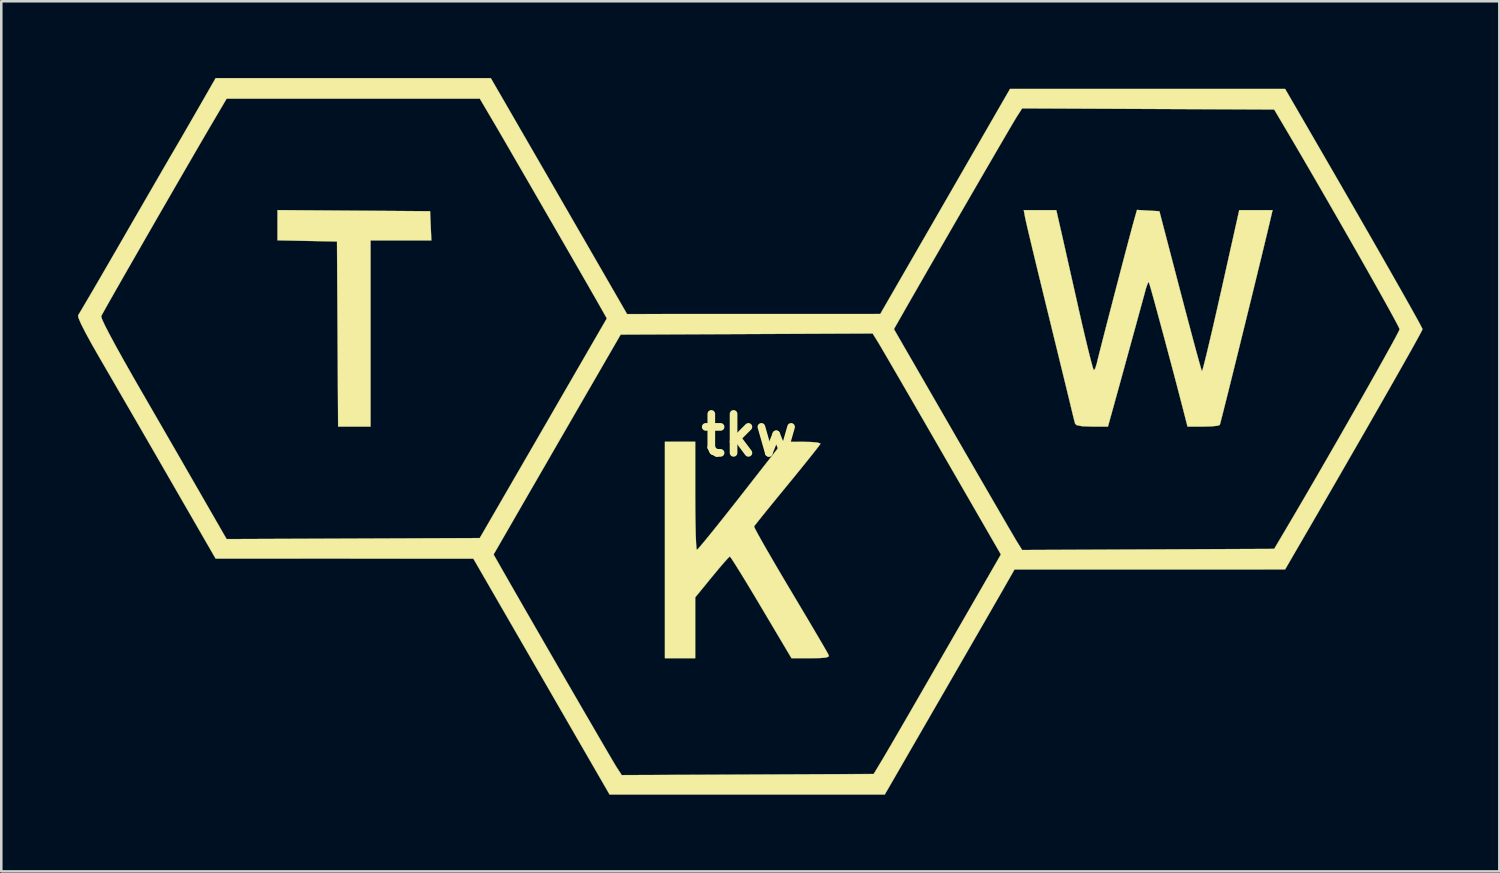
<source format=kicad_pcb>
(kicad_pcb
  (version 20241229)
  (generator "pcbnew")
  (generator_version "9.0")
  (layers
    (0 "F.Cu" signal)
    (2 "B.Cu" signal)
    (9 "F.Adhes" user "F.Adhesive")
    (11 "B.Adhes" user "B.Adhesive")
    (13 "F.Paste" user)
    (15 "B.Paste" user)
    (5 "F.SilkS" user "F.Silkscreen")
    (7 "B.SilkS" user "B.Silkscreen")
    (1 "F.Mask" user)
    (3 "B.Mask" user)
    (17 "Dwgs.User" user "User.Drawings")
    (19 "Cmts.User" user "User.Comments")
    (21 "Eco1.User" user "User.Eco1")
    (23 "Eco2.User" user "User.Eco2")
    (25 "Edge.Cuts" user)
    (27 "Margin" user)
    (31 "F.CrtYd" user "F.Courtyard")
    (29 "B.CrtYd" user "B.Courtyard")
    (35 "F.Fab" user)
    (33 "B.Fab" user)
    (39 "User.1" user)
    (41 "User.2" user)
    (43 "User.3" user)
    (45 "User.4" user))
  (footprint "tkw"
    (layer "F.Cu")
    (at 26.261 13.975)
    (property "Reference" "tkw" (at 0 0 0) (layer "F.SilkS") (effects (font (size 1.524 1.524) (thickness 0.3))))
    (attr through_hole)
    (fp_poly (pts (xy -15.473 -8.785) (xy -12.488 -8.763) (xy -12.438 -7.62) (xy -14.817 -7.62) (xy -14.817 -0.339) (xy -16.085 -0.339) (xy -16.107 -3.958) (xy -16.129 -7.578) (xy -18.457 -7.625) (xy -18.457 -8.807) (xy -15.473 -8.785)) (stroke (width 0.01) (type solid)) (fill yes) (layer "F.SilkS"))
    (fp_poly (pts (xy -2.117 2.371) (xy -2.114 2.949) (xy -2.107 3.467) (xy -2.097 3.902) (xy -2.083 4.231) (xy -2.067 4.432) (xy -2.053 4.485) (xy -1.987 4.421) (xy -1.831 4.238) (xy -1.596 3.953) (xy -1.297 3.583) (xy -0.946 3.143) (xy -0.555 2.648) (xy -0.339 2.372) (xy 1.312 0.26) (xy 2.06 0.257) (xy 2.413 0.264) (xy 2.66 0.286) (xy 2.776 0.321) (xy 2.78 0.335) (xy 2.72 0.421) (xy 2.568 0.618) (xy 2.338 0.907) (xy 2.047 1.268) (xy 1.709 1.684) (xy 1.482 1.961) (xy 1.123 2.399) (xy 0.801 2.794) (xy 0.531 3.127) (xy 0.329 3.38) (xy 0.21 3.532) (xy 0.185 3.569) (xy 0.221 3.654) (xy 0.334 3.866) (xy 0.514 4.189) (xy 0.753 4.605) (xy 1.039 5.097) (xy 1.363 5.647) (xy 1.611 6.063) (xy 1.959 6.647) (xy 2.28 7.187) (xy 2.563 7.666) (xy 2.798 8.065) (xy 2.974 8.368) (xy 3.08 8.555) (xy 3.107 8.608) (xy 3.094 8.663) (xy 2.985 8.698) (xy 2.756 8.716) (xy 2.4 8.721) (xy 1.649 8.721) (xy 0.468 6.731) (xy 0.157 6.209) (xy -0.127 5.739) (xy -0.373 5.338) (xy -0.568 5.026) (xy -0.701 4.821) (xy -0.76 4.742) (xy -0.761 4.741) (xy -0.83 4.803) (xy -0.983 4.972) (xy -1.197 5.221) (xy -1.451 5.527) (xy -1.463 5.542) (xy -2.117 6.342) (xy -2.117 8.721) (xy -3.302 8.721) (xy -3.302 0.254) (xy -2.117 0.254) (xy -2.117 2.371)) (stroke (width 0.01) (type solid)) (fill yes) (layer "F.SilkS"))
    (fp_poly (pts (xy 15.601 -8.788) (xy 16.04 -8.763) (xy 16.852 -5.653) (xy 17.035 -4.955) (xy 17.206 -4.31) (xy 17.359 -3.735) (xy 17.49 -3.25) (xy 17.595 -2.871) (xy 17.667 -2.617) (xy 17.702 -2.506) (xy 17.704 -2.503) (xy 17.731 -2.574) (xy 17.79 -2.792) (xy 17.877 -3.141) (xy 17.987 -3.602) (xy 18.118 -4.158) (xy 18.263 -4.792) (xy 18.42 -5.486) (xy 18.454 -5.634) (xy 19.163 -8.805) (xy 20.467 -8.805) (xy 20.363 -8.361) (xy 20.275 -7.99) (xy 20.16 -7.513) (xy 20.024 -6.95) (xy 19.87 -6.32) (xy 19.705 -5.641) (xy 19.531 -4.933) (xy 19.355 -4.216) (xy 19.18 -3.507) (xy 19.012 -2.826) (xy 18.855 -2.193) (xy 18.714 -1.626) (xy 18.593 -1.145) (xy 18.498 -0.768) (xy 18.433 -0.515) (xy 18.402 -0.405) (xy 18.401 -0.402) (xy 18.304 -0.371) (xy 18.083 -0.348) (xy 17.784 -0.339) (xy 17.751 -0.339) (xy 17.14 -0.339) (xy 16.983 -0.953) (xy 16.855 -1.446) (xy 16.711 -1.999) (xy 16.555 -2.59) (xy 16.393 -3.196) (xy 16.233 -3.796) (xy 16.079 -4.366) (xy 15.939 -4.884) (xy 15.817 -5.329) (xy 15.72 -5.677) (xy 15.653 -5.906) (xy 15.624 -5.994) (xy 15.624 -5.994) (xy 15.584 -5.942) (xy 15.523 -5.772) (xy 15.491 -5.66) (xy 15.441 -5.474) (xy 15.353 -5.153) (xy 15.236 -4.725) (xy 15.097 -4.217) (xy 14.943 -3.658) (xy 14.783 -3.076) (xy 14.625 -2.499) (xy 14.475 -1.955) (xy 14.341 -1.471) (xy 14.232 -1.076) (xy 14.174 -0.868) (xy 14.027 -0.339) (xy 13.403 -0.339) (xy 13.026 -0.352) (xy 12.809 -0.393) (xy 12.746 -0.445) (xy 12.71 -0.577) (xy 12.649 -0.821) (xy 12.582 -1.101) (xy 12.533 -1.306) (xy 12.448 -1.654) (xy 12.334 -2.123) (xy 12.195 -2.691) (xy 12.037 -3.338) (xy 11.865 -4.041) (xy 11.685 -4.778) (xy 11.652 -4.911) (xy 11.474 -5.64) (xy 11.306 -6.329) (xy 11.154 -6.957) (xy 11.023 -7.504) (xy 10.916 -7.952) (xy 10.84 -8.279) (xy 10.798 -8.466) (xy 10.793 -8.488) (xy 10.734 -8.805) (xy 12.007 -8.805) (xy 12.176 -8.065) (xy 12.24 -7.784) (xy 12.334 -7.369) (xy 12.451 -6.848) (xy 12.585 -6.252) (xy 12.73 -5.61) (xy 12.878 -4.953) (xy 12.882 -4.932) (xy 13.021 -4.322) (xy 13.151 -3.77) (xy 13.266 -3.295) (xy 13.361 -2.919) (xy 13.431 -2.662) (xy 13.472 -2.545) (xy 13.476 -2.54) (xy 13.53 -2.613) (xy 13.587 -2.792) (xy 13.592 -2.815) (xy 13.628 -2.966) (xy 13.701 -3.256) (xy 13.804 -3.66) (xy 13.93 -4.152) (xy 14.074 -4.708) (xy 14.228 -5.302) (xy 14.386 -5.909) (xy 14.542 -6.506) (xy 14.689 -7.065) (xy 14.821 -7.563) (xy 14.93 -7.974) (xy 15.011 -8.273) (xy 15.036 -8.365) (xy 15.163 -8.814) (xy 15.601 -8.788)) (stroke (width 0.01) (type solid)) (fill yes) (layer "F.SilkS"))
    (fp_poly (pts (xy -9.22 -12.425) (xy -8.973 -11.996) (xy -8.656 -11.448) (xy -8.286 -10.808) (xy -7.878 -10.103) (xy -7.45 -9.36) (xy -7.015 -8.607) (xy -6.59 -7.87) (xy -6.555 -7.811) (xy -4.784 -4.741) (xy 5.122 -4.744) (xy 7.66 -9.145) (xy 10.197 -13.547) (xy 15.577 -13.547) (xy 20.957 -13.547) (xy 21.387 -12.806) (xy 21.999 -11.751) (xy 22.593 -10.725) (xy 23.165 -9.736) (xy 23.707 -8.795) (xy 24.214 -7.912) (xy 24.681 -7.097) (xy 25.101 -6.361) (xy 25.469 -5.713) (xy 25.78 -5.163) (xy 26.027 -4.721) (xy 26.205 -4.399) (xy 26.307 -4.204) (xy 26.331 -4.149) (xy 26.29 -4.059) (xy 26.169 -3.833) (xy 25.974 -3.48) (xy 25.711 -3.012) (xy 25.386 -2.438) (xy 25.005 -1.767) (xy 24.573 -1.011) (xy 24.096 -0.179) (xy 23.579 0.719) (xy 23.03 1.672) (xy 22.453 2.671) (xy 21.854 3.705) (xy 21.387 4.508) (xy 20.957 5.249) (xy 10.372 5.251) (xy 9.901 6.076) (xy 9.762 6.318) (xy 9.549 6.688) (xy 9.273 7.168) (xy 8.944 7.737) (xy 8.574 8.379) (xy 8.173 9.074) (xy 7.753 9.803) (xy 7.363 10.477) (xy 5.297 14.055) (xy -5.466 14.055) (xy -8.13 9.441) (xy -10.795 4.827) (xy -20.876 4.826) (xy -20.969 4.665) (xy -10.004 4.665) (xy -9.633 5.317) (xy -9.376 5.766) (xy -9.072 6.297) (xy -8.729 6.893) (xy -8.357 7.538) (xy -7.967 8.215) (xy -7.568 8.906) (xy -7.17 9.594) (xy -6.782 10.263) (xy -6.415 10.896) (xy -6.078 11.476) (xy -5.781 11.986) (xy -5.534 12.409) (xy -5.347 12.728) (xy -5.229 12.926) (xy -5.198 12.976) (xy -4.992 13.294) (xy -0.064 13.272) (xy 4.864 13.25) (xy 5.17 12.742) (xy 5.297 12.529) (xy 5.493 12.195) (xy 5.742 11.767) (xy 6.03 11.271) (xy 6.341 10.734) (xy 6.599 10.287) (xy 6.981 9.625) (xy 7.409 8.882) (xy 7.854 8.11) (xy 8.285 7.363) (xy 8.671 6.693) (xy 8.781 6.502) (xy 9.84 4.664) (xy 7.53 0.66) (xy 7.089 -0.104) (xy 6.669 -0.831) (xy 6.277 -1.508) (xy 5.923 -2.119) (xy 5.615 -2.649) (xy 5.361 -3.085) (xy 5.171 -3.411) (xy 5.052 -3.613) (xy 5.021 -3.663) (xy 4.823 -3.981) (xy -5.034 -3.937) (xy -6.433 -1.518) (xy -6.838 -0.818) (xy -7.276 -0.06) (xy -7.724 0.716) (xy -8.159 1.469) (xy -8.558 2.159) (xy -8.897 2.746) (xy -8.918 2.783) (xy -10.004 4.665) (xy -20.969 4.665) (xy -22.646 1.757) (xy -23.072 1.018) (xy -23.513 0.254) (xy -23.952 -0.505) (xy -24.373 -1.231) (xy -24.759 -1.897) (xy -25.093 -2.474) (xy -25.361 -2.934) (xy -25.373 -2.955) (xy -25.705 -3.534) (xy -25.963 -4.006) (xy -26.144 -4.363) (xy -26.243 -4.595) (xy -26.251 -4.656) (xy -25.354 -4.656) (xy -25.325 -4.55) (xy -25.216 -4.313) (xy -25.033 -3.956) (xy -24.784 -3.493) (xy -24.476 -2.938) (xy -24.115 -2.302) (xy -23.911 -1.946) (xy -23.506 -1.245) (xy -23.077 -0.503) (xy -22.645 0.245) (xy -22.23 0.964) (xy -21.853 1.62) (xy -21.532 2.176) (xy -21.433 2.349) (xy -20.447 4.062) (xy -10.545 4.022) (xy -9.393 2.032) (xy -9.031 1.406) (xy -8.609 0.678) (xy -8.155 -0.107) (xy -7.694 -0.904) (xy -7.253 -1.668) (xy -6.908 -2.264) (xy -5.817 -4.151) (xy 5.656 -4.151) (xy 7.965 -0.15) (xy 8.406 0.614) (xy 8.826 1.341) (xy 9.218 2.017) (xy 9.572 2.628) (xy 9.88 3.159) (xy 10.133 3.594) (xy 10.324 3.92) (xy 10.442 4.121) (xy 10.473 4.171) (xy 10.671 4.489) (xy 15.601 4.467) (xy 20.53 4.445) (xy 21.006 3.641) (xy 21.379 3.008) (xy 21.777 2.327) (xy 22.192 1.613) (xy 22.615 0.88) (xy 23.039 0.144) (xy 23.453 -0.58) (xy 23.851 -1.277) (xy 24.223 -1.933) (xy 24.561 -2.532) (xy 24.855 -3.059) (xy 25.099 -3.499) (xy 25.283 -3.837) (xy 25.398 -4.059) (xy 25.436 -4.148) (xy 25.395 -4.242) (xy 25.277 -4.468) (xy 25.091 -4.81) (xy 24.846 -5.254) (xy 24.549 -5.784) (xy 24.21 -6.386) (xy 23.837 -7.044) (xy 23.438 -7.743) (xy 23.022 -8.469) (xy 22.598 -9.206) (xy 22.174 -9.94) (xy 21.758 -10.655) (xy 21.36 -11.337) (xy 21.006 -11.938) (xy 20.53 -12.742) (xy 15.601 -12.764) (xy 10.671 -12.786) (xy 10.466 -12.468) (xy 10.389 -12.341) (xy 10.237 -12.084) (xy 10.02 -11.714) (xy 9.749 -11.249) (xy 9.432 -10.704) (xy 9.079 -10.097) (xy 8.701 -9.445) (xy 8.307 -8.764) (xy 7.907 -8.072) (xy 7.511 -7.386) (xy 7.128 -6.722) (xy 6.769 -6.098) (xy 6.443 -5.53) (xy 6.159 -5.035) (xy 6.029 -4.806) (xy 5.656 -4.151) (xy -5.817 -4.151) (xy -5.574 -4.57) (xy -5.85 -5.058) (xy -5.992 -5.308) (xy -6.207 -5.683) (xy -6.483 -6.163) (xy -6.807 -6.726) (xy -7.168 -7.353) (xy -7.554 -8.021) (xy -7.952 -8.71) (xy -8.35 -9.4) (xy -8.736 -10.068) (xy -9.099 -10.694) (xy -9.425 -11.258) (xy -9.704 -11.738) (xy -9.922 -12.113) (xy -10.068 -12.361) (xy -10.542 -13.166) (xy -20.446 -13.166) (xy -20.921 -12.361) (xy -21.127 -12.011) (xy -21.387 -11.566) (xy -21.691 -11.043) (xy -22.03 -10.458) (xy -22.395 -9.828) (xy -22.775 -9.17) (xy -23.162 -8.499) (xy -23.545 -7.833) (xy -23.915 -7.188) (xy -24.264 -6.581) (xy -24.58 -6.028) (xy -24.855 -5.546) (xy -25.079 -5.152) (xy -25.242 -4.861) (xy -25.336 -4.692) (xy -25.354 -4.656) (xy -26.251 -4.656) (xy -26.256 -4.691) (xy -26.199 -4.782) (xy -26.067 -5.005) (xy -25.869 -5.341) (xy -25.614 -5.776) (xy -25.313 -6.294) (xy -24.975 -6.877) (xy -24.608 -7.511) (xy -24.472 -7.747) (xy -24.088 -8.413) (xy -23.719 -9.05) (xy -23.378 -9.639) (xy -23.076 -10.162) (xy -22.822 -10.6) (xy -22.628 -10.934) (xy -22.505 -11.144) (xy -22.486 -11.176) (xy -22.345 -11.417) (xy -22.143 -11.765) (xy -21.903 -12.181) (xy -21.648 -12.624) (xy -21.543 -12.806) (xy -20.875 -13.97) (xy -10.114 -13.97) (xy -9.22 -12.425)) (stroke (width 0.01) (type solid)) (fill yes) (layer "F.SilkS")))
  (gr_rect
    (start -3 -3)
    (end 55.598 31.035)
    (stroke (width 0.1) (type default))
    (fill no)
    (layer "Edge.Cuts")))
</source>
